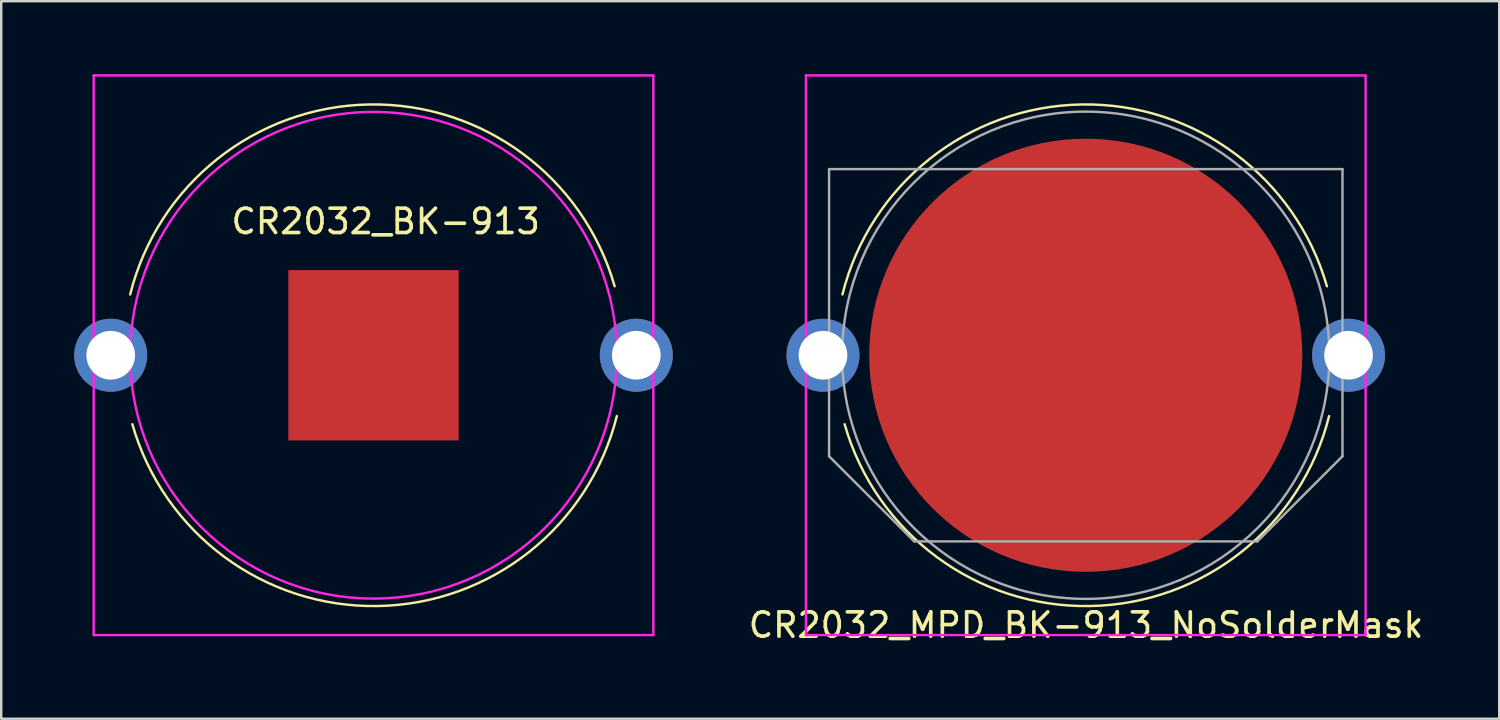
<source format=kicad_pcb>
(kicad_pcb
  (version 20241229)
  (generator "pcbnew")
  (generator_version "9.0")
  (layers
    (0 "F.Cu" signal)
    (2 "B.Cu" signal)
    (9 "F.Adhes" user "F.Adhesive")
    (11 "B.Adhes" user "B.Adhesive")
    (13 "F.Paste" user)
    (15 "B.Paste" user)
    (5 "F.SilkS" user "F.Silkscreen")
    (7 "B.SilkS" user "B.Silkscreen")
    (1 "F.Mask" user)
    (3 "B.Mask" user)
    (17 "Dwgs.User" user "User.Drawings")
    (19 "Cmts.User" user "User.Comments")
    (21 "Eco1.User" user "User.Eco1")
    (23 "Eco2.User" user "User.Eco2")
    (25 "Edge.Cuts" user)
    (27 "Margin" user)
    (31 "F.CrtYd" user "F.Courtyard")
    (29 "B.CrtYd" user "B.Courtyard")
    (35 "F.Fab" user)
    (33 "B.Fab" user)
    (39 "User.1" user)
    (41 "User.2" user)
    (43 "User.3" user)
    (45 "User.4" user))
  (footprint "CR2032_BK-913"
    (layer "F.Cu")
    (at 12.3 11.55)
    (property "Reference" "CR2032_BK-913" (at 0.5 -5.5 0) (layer "F.SilkS") (effects (font (size 1 1) (thickness 0.15))))
    (attr through_hole)
    (fp_arc (start -10 -2.5) (mid -0.173376 -10.306306) (end 9.910254 -2.834936) (stroke (width 0.1) (type solid)) (layer "F.SilkS"))
    (fp_arc (start 10 2.5) (mid 0.173376 10.306306) (end -9.910254 2.834936) (stroke (width 0.1) (type solid)) (layer "F.SilkS"))
    (fp_line (start -11.5 -11.5) (end -11.5 11.5) (stroke (width 0.1) (type solid)) (layer "F.CrtYd"))
    (fp_line (start -11.5 11.5) (end 11.5 11.5) (stroke (width 0.1) (type solid)) (layer "F.CrtYd"))
    (fp_line (start 11.5 -11.5) (end -11.5 -11.5) (stroke (width 0.1) (type solid)) (layer "F.CrtYd"))
    (fp_line (start 11.5 11.5) (end 11.5 -11.5) (stroke (width 0.1) (type solid)) (layer "F.CrtYd"))
    (fp_circle (center 0 0) (end 0 10) (stroke (width 0.1) (type solid)) (fill no) (layer "F.CrtYd"))
    (pad "1" thru_hole circle (at -10.8 0) (size 3 3) (drill 2) (layers "*.Cu" "*.Mask"))
    (pad "1" thru_hole circle (at 10.8 0) (size 3 3) (drill 2) (layers "*.Cu" "*.Mask"))
    (pad "2" smd rect (at 0 0) (size 7 7) (layers "F.Cu" "F.Mask" "F.Paste")))
  (footprint "CR2032_MPD_BK-913_NoSolderMask"
    (layer "F.Cu")
    (at 41.572 11.55)
    (property "Reference" "CR2032_MPD_BK-913_NoSolderMask" (at 0.01 11.09 0) (layer "F.SilkS") (effects (font (size 1 1) (thickness 0.15))))
    (attr through_hole)
    (fp_arc (start -10 -2.5) (mid -0.173376 -10.306306) (end 9.910254 -2.834936) (stroke (width 0.1) (type solid)) (layer "F.SilkS"))
    (fp_arc (start 10 2.5) (mid 0.173376 10.306306) (end -9.910254 2.834936) (stroke (width 0.1) (type solid)) (layer "F.SilkS"))
    (fp_line (start -11.5 -11.5) (end -11.5 11.5) (stroke (width 0.1) (type solid)) (layer "F.CrtYd"))
    (fp_line (start -11.5 11.5) (end 11.5 11.5) (stroke (width 0.1) (type solid)) (layer "F.CrtYd"))
    (fp_line (start 11.5 -11.5) (end -11.5 -11.5) (stroke (width 0.1) (type solid)) (layer "F.CrtYd"))
    (fp_line (start 11.5 11.5) (end 11.5 -11.5) (stroke (width 0.1) (type solid)) (layer "F.CrtYd"))
    (fp_line (start -10.55 4.15) (end -10.55 -7.65) (stroke (width 0.1) (type solid)) (layer "F.Fab"))
    (fp_line (start -10.55 4.15) (end -7.05 7.65) (stroke (width 0.1) (type solid)) (layer "F.Fab"))
    (fp_line (start -7.05 7.65) (end 7.05 7.65) (stroke (width 0.1) (type solid)) (layer "F.Fab"))
    (fp_line (start 7.05 7.65) (end 10.55 4.15) (stroke (width 0.1) (type solid)) (layer "F.Fab"))
    (fp_line (start 10.55 -7.65) (end -10.55 -7.65) (stroke (width 0.1) (type solid)) (layer "F.Fab"))
    (fp_line (start 10.55 4.15) (end 10.55 -7.65) (stroke (width 0.1) (type solid)) (layer "F.Fab"))
    (fp_circle (center 0 0) (end -8.3 -5.6) (stroke (width 0.1) (type solid)) (fill no) (layer "F.Fab"))
    (pad "" smd circle (at 0 0) (size 18 18) (layers "F.Mask"))
    (pad "1" thru_hole circle (at -10.8 0) (size 3 3) (drill 2) (layers "*.Cu" "*.Mask"))
    (pad "1" thru_hole circle (at 10.8 0) (size 3 3) (drill 2) (layers "*.Cu" "*.Mask"))
    (pad "2" smd circle (at 0 0) (size 17.8 17.8) (layers "F.Cu" "F.Mask")))
  (gr_rect
    (start -3 -3)
    (end 58.564 26.488)
    (stroke (width 0.1) (type default))
    (fill no)
    (layer "Edge.Cuts")))
</source>
